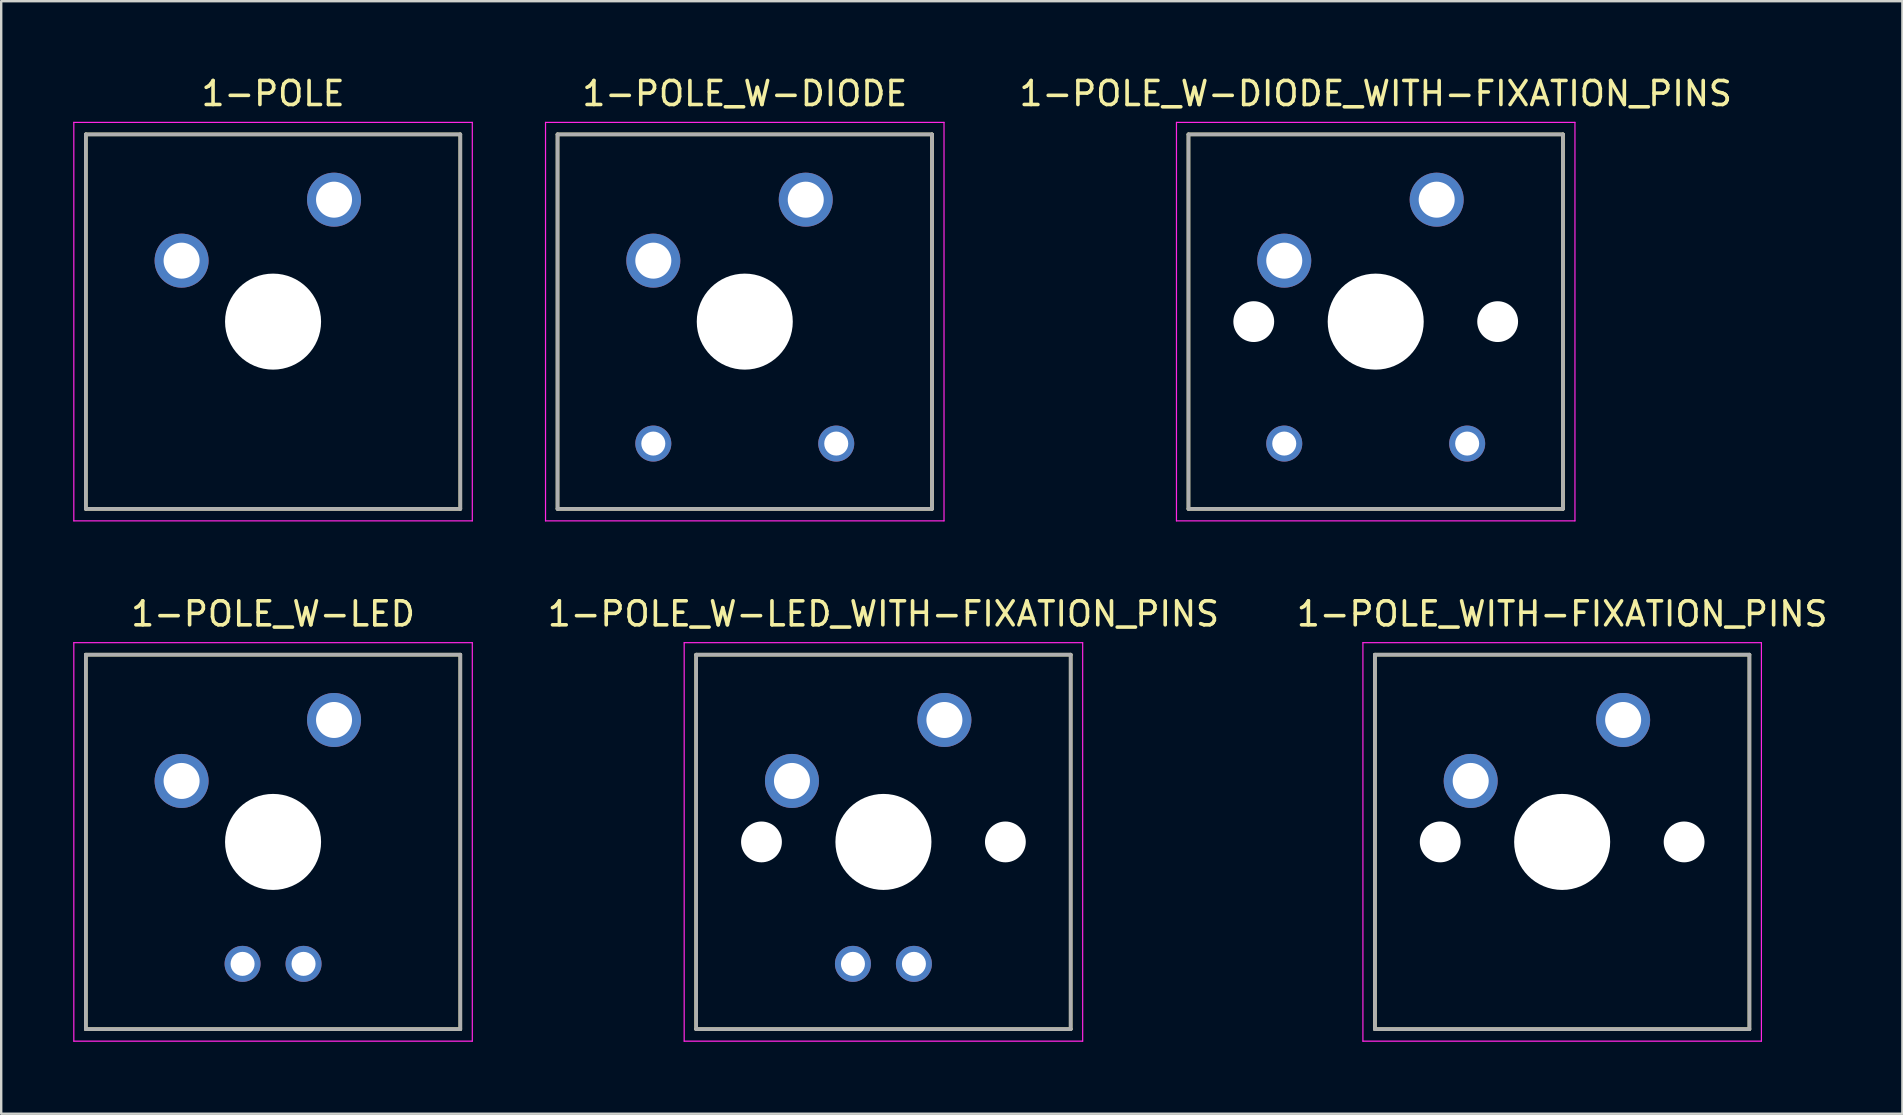
<source format=kicad_pcb>
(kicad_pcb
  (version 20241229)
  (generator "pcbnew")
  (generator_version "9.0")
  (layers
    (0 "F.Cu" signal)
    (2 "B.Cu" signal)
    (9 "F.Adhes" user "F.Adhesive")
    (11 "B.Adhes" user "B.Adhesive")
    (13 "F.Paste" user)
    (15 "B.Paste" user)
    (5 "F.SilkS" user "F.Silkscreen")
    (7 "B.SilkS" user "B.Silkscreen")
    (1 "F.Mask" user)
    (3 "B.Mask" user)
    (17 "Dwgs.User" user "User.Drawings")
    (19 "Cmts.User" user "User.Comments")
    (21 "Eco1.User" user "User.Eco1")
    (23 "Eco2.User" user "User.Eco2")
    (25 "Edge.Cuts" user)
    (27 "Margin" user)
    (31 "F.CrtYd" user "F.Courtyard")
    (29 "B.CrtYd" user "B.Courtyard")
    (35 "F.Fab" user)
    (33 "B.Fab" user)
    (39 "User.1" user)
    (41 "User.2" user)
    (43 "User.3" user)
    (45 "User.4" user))
  (footprint "1-POLE_W-LED_WITH-FIXATION_PINS"
    (layer "F.Cu")
    (at 33.751 32.022)
    (property "Reference" "1-POLE_W-LED_WITH-FIXATION_PINS" (at 0 -9.5 0) (layer "F.SilkS") (effects (font (size 1 1) (thickness 0.15))))
    (attr smd)
    (fp_line (start -7.8 -7.8) (end -7.8 7.8) (stroke (width 0.15) (type solid)) (layer "F.SilkS"))
    (fp_line (start -7.8 -7.8) (end 7.8 -7.8) (stroke (width 0.15) (type solid)) (layer "F.SilkS"))
    (fp_line (start -7.8 7.8) (end 7.8 7.8) (stroke (width 0.15) (type solid)) (layer "F.SilkS"))
    (fp_line (start 7.8 -7.8) (end 7.8 7.8) (stroke (width 0.15) (type solid)) (layer "F.SilkS"))
    (fp_line (start -8.3 -8.3) (end -8.3 8.3) (stroke (width 0.05) (type solid)) (layer "F.CrtYd"))
    (fp_line (start -8.3 -8.3) (end 8.3 -8.3) (stroke (width 0.05) (type solid)) (layer "F.CrtYd"))
    (fp_line (start -8.3 8.3) (end 8.3 8.3) (stroke (width 0.05) (type solid)) (layer "F.CrtYd"))
    (fp_line (start 8.3 -8.3) (end 8.3 8.3) (stroke (width 0.05) (type solid)) (layer "F.CrtYd"))
    (fp_line (start -7.8 -7.8) (end -7.8 7.8) (stroke (width 0.15) (type solid)) (layer "F.Fab"))
    (fp_line (start -7.8 -7.8) (end 7.8 -7.8) (stroke (width 0.15) (type solid)) (layer "F.Fab"))
    (fp_line (start -7.8 7.8) (end 7.8 7.8) (stroke (width 0.15) (type solid)) (layer "F.Fab"))
    (fp_line (start 7.8 -7.8) (end 7.8 7.8) (stroke (width 0.15) (type solid)) (layer "F.Fab"))
    (pad "" np_thru_hole circle (at -5.08 0) (size 1.7 1.7) (drill 1.7) (layers "*.Cu" "*.Mask"))
    (pad "" np_thru_hole circle (at 0 0) (size 4 4) (drill 4) (layers "*.Cu" "*.Mask"))
    (pad "" np_thru_hole circle (at 5.08 0) (size 1.7 1.7) (drill 1.7) (layers "*.Cu" "*.Mask"))
    (pad "1" thru_hole circle (at -3.81 -2.54) (size 2.25 2.25) (drill 1.5) (layers "*.Cu" "*.Mask"))
    (pad "2" thru_hole circle (at 2.54 -5.08) (size 2.25 2.25) (drill 1.5) (layers "*.Cu" "*.Mask"))
    (pad "3" thru_hole circle (at -1.27 5.08) (size 1.5 1.5) (drill 1) (layers "*.Cu" "*.Mask"))
    (pad "4" thru_hole circle (at 1.27 5.08) (size 1.5 1.5) (drill 1) (layers "*.Cu" "*.Mask")))
  (footprint "1-POLE_W-LED"
    (layer "F.Cu")
    (at 8.325 32.022)
    (property "Reference" "1-POLE_W-LED" (at 0 -9.5 0) (layer "F.SilkS") (effects (font (size 1 1) (thickness 0.15))))
    (attr smd)
    (fp_line (start -7.8 -7.8) (end -7.8 7.8) (stroke (width 0.15) (type solid)) (layer "F.SilkS"))
    (fp_line (start -7.8 -7.8) (end 7.8 -7.8) (stroke (width 0.15) (type solid)) (layer "F.SilkS"))
    (fp_line (start -7.8 7.8) (end 7.8 7.8) (stroke (width 0.15) (type solid)) (layer "F.SilkS"))
    (fp_line (start 7.8 -7.8) (end 7.8 7.8) (stroke (width 0.15) (type solid)) (layer "F.SilkS"))
    (fp_line (start -8.3 -8.3) (end -8.3 8.3) (stroke (width 0.05) (type solid)) (layer "F.CrtYd"))
    (fp_line (start -8.3 -8.3) (end 8.3 -8.3) (stroke (width 0.05) (type solid)) (layer "F.CrtYd"))
    (fp_line (start -8.3 8.3) (end 8.3 8.3) (stroke (width 0.05) (type solid)) (layer "F.CrtYd"))
    (fp_line (start 8.3 -8.3) (end 8.3 8.3) (stroke (width 0.05) (type solid)) (layer "F.CrtYd"))
    (fp_line (start -7.8 -7.8) (end -7.8 7.8) (stroke (width 0.15) (type solid)) (layer "F.Fab"))
    (fp_line (start -7.8 -7.8) (end 7.8 -7.8) (stroke (width 0.15) (type solid)) (layer "F.Fab"))
    (fp_line (start -7.8 7.8) (end 7.8 7.8) (stroke (width 0.15) (type solid)) (layer "F.Fab"))
    (fp_line (start 7.8 -7.8) (end 7.8 7.8) (stroke (width 0.15) (type solid)) (layer "F.Fab"))
    (pad "" np_thru_hole circle (at 0 0) (size 4 4) (drill 4) (layers "*.Cu" "*.Mask"))
    (pad "1" thru_hole circle (at -3.81 -2.54) (size 2.25 2.25) (drill 1.5) (layers "*.Cu" "*.Mask"))
    (pad "2" thru_hole circle (at 2.54 -5.08) (size 2.25 2.25) (drill 1.5) (layers "*.Cu" "*.Mask"))
    (pad "3" thru_hole circle (at -1.27 5.08) (size 1.5 1.5) (drill 1) (layers "*.Cu" "*.Mask"))
    (pad "4" thru_hole circle (at 1.27 5.08) (size 1.5 1.5) (drill 1) (layers "*.Cu" "*.Mask")))
  (footprint "1-POLE"
    (layer "F.Cu")
    (at 8.325 10.348)
    (property "Reference" "1-POLE" (at 0 -9.5 0) (layer "F.SilkS") (effects (font (size 1 1) (thickness 0.15))))
    (attr smd)
    (fp_line (start -7.8 -7.8) (end -7.8 7.8) (stroke (width 0.15) (type solid)) (layer "F.SilkS"))
    (fp_line (start -7.8 -7.8) (end 7.8 -7.8) (stroke (width 0.15) (type solid)) (layer "F.SilkS"))
    (fp_line (start -7.8 7.8) (end 7.8 7.8) (stroke (width 0.15) (type solid)) (layer "F.SilkS"))
    (fp_line (start 7.8 -7.8) (end 7.8 7.8) (stroke (width 0.15) (type solid)) (layer "F.SilkS"))
    (fp_line (start -8.3 -8.3) (end -8.3 8.3) (stroke (width 0.05) (type solid)) (layer "F.CrtYd"))
    (fp_line (start -8.3 -8.3) (end 8.3 -8.3) (stroke (width 0.05) (type solid)) (layer "F.CrtYd"))
    (fp_line (start -8.3 8.3) (end 8.3 8.3) (stroke (width 0.05) (type solid)) (layer "F.CrtYd"))
    (fp_line (start 8.3 -8.3) (end 8.3 8.3) (stroke (width 0.05) (type solid)) (layer "F.CrtYd"))
    (fp_line (start -7.8 -7.8) (end -7.8 7.8) (stroke (width 0.15) (type solid)) (layer "F.Fab"))
    (fp_line (start -7.8 -7.8) (end 7.8 -7.8) (stroke (width 0.15) (type solid)) (layer "F.Fab"))
    (fp_line (start -7.8 7.8) (end 7.8 7.8) (stroke (width 0.15) (type solid)) (layer "F.Fab"))
    (fp_line (start 7.8 -7.8) (end 7.8 7.8) (stroke (width 0.15) (type solid)) (layer "F.Fab"))
    (pad "" np_thru_hole circle (at 0 0) (size 4 4) (drill 4) (layers "*.Cu" "*.Mask"))
    (pad "1" thru_hole circle (at -3.81 -2.54) (size 2.25 2.25) (drill 1.5) (layers "*.Cu" "*.Mask"))
    (pad "2" thru_hole circle (at 2.54 -5.08) (size 2.25 2.25) (drill 1.5) (layers "*.Cu" "*.Mask")))
  (footprint "1-POLE_W-DIODE"
    (layer "F.Cu")
    (at 27.975 10.348)
    (property "Reference" "1-POLE_W-DIODE" (at 0 -9.5 0) (layer "F.SilkS") (effects (font (size 1 1) (thickness 0.15))))
    (attr smd)
    (fp_line (start -7.8 -7.8) (end -7.8 7.8) (stroke (width 0.15) (type solid)) (layer "F.SilkS"))
    (fp_line (start -7.8 -7.8) (end 7.8 -7.8) (stroke (width 0.15) (type solid)) (layer "F.SilkS"))
    (fp_line (start -7.8 7.8) (end 7.8 7.8) (stroke (width 0.15) (type solid)) (layer "F.SilkS"))
    (fp_line (start 7.8 -7.8) (end 7.8 7.8) (stroke (width 0.15) (type solid)) (layer "F.SilkS"))
    (fp_line (start -8.3 -8.3) (end -8.3 8.3) (stroke (width 0.05) (type solid)) (layer "F.CrtYd"))
    (fp_line (start -8.3 -8.3) (end 8.3 -8.3) (stroke (width 0.05) (type solid)) (layer "F.CrtYd"))
    (fp_line (start -8.3 8.3) (end 8.3 8.3) (stroke (width 0.05) (type solid)) (layer "F.CrtYd"))
    (fp_line (start 8.3 -8.3) (end 8.3 8.3) (stroke (width 0.05) (type solid)) (layer "F.CrtYd"))
    (fp_line (start -7.8 -7.8) (end -7.8 7.8) (stroke (width 0.15) (type solid)) (layer "F.Fab"))
    (fp_line (start -7.8 -7.8) (end 7.8 -7.8) (stroke (width 0.15) (type solid)) (layer "F.Fab"))
    (fp_line (start -7.8 7.8) (end 7.8 7.8) (stroke (width 0.15) (type solid)) (layer "F.Fab"))
    (fp_line (start 7.8 -7.8) (end 7.8 7.8) (stroke (width 0.15) (type solid)) (layer "F.Fab"))
    (pad "" np_thru_hole circle (at 0 0) (size 4 4) (drill 4) (layers "*.Cu" "*.Mask"))
    (pad "1" thru_hole circle (at -3.81 -2.54) (size 2.25 2.25) (drill 1.5) (layers "*.Cu" "*.Mask"))
    (pad "2" thru_hole circle (at 2.54 -5.08) (size 2.25 2.25) (drill 1.5) (layers "*.Cu" "*.Mask"))
    (pad "3" thru_hole circle (at -3.81 5.08) (size 1.5 1.5) (drill 1) (layers "*.Cu" "*.Mask"))
    (pad "4" thru_hole circle (at 3.81 5.08) (size 1.5 1.5) (drill 1) (layers "*.Cu" "*.Mask")))
  (footprint "1-POLE_WITH-FIXATION_PINS"
    (layer "F.Cu")
    (at 62.025 32.022)
    (property "Reference" "1-POLE_WITH-FIXATION_PINS" (at 0 -9.5 0) (layer "F.SilkS") (effects (font (size 1 1) (thickness 0.15))))
    (attr smd)
    (fp_line (start -7.8 -7.8) (end -7.8 7.8) (stroke (width 0.15) (type solid)) (layer "F.SilkS"))
    (fp_line (start -7.8 -7.8) (end 7.8 -7.8) (stroke (width 0.15) (type solid)) (layer "F.SilkS"))
    (fp_line (start -7.8 7.8) (end 7.8 7.8) (stroke (width 0.15) (type solid)) (layer "F.SilkS"))
    (fp_line (start 7.8 -7.8) (end 7.8 7.8) (stroke (width 0.15) (type solid)) (layer "F.SilkS"))
    (fp_line (start -8.3 -8.3) (end -8.3 8.3) (stroke (width 0.05) (type solid)) (layer "F.CrtYd"))
    (fp_line (start -8.3 -8.3) (end 8.3 -8.3) (stroke (width 0.05) (type solid)) (layer "F.CrtYd"))
    (fp_line (start -8.3 8.3) (end 8.3 8.3) (stroke (width 0.05) (type solid)) (layer "F.CrtYd"))
    (fp_line (start 8.3 -8.3) (end 8.3 8.3) (stroke (width 0.05) (type solid)) (layer "F.CrtYd"))
    (fp_line (start -7.8 -7.8) (end -7.8 7.8) (stroke (width 0.15) (type solid)) (layer "F.Fab"))
    (fp_line (start -7.8 -7.8) (end 7.8 -7.8) (stroke (width 0.15) (type solid)) (layer "F.Fab"))
    (fp_line (start -7.8 7.8) (end 7.8 7.8) (stroke (width 0.15) (type solid)) (layer "F.Fab"))
    (fp_line (start 7.8 -7.8) (end 7.8 7.8) (stroke (width 0.15) (type solid)) (layer "F.Fab"))
    (pad "" np_thru_hole circle (at -5.08 0) (size 1.7 1.7) (drill 1.7) (layers "*.Cu" "*.Mask"))
    (pad "" np_thru_hole circle (at 0 0) (size 4 4) (drill 4) (layers "*.Cu" "*.Mask"))
    (pad "" np_thru_hole circle (at 5.08 0) (size 1.7 1.7) (drill 1.7) (layers "*.Cu" "*.Mask"))
    (pad "1" thru_hole circle (at -3.81 -2.54) (size 2.25 2.25) (drill 1.5) (layers "*.Cu" "*.Mask"))
    (pad "2" thru_hole circle (at 2.54 -5.08) (size 2.25 2.25) (drill 1.5) (layers "*.Cu" "*.Mask")))
  (footprint "1-POLE_W-DIODE_WITH-FIXATION_PINS"
    (layer "F.Cu")
    (at 54.258 10.348)
    (property "Reference" "1-POLE_W-DIODE_WITH-FIXATION_PINS" (at 0 -9.5 0) (layer "F.SilkS") (effects (font (size 1 1) (thickness 0.15))))
    (attr smd)
    (fp_line (start -7.8 -7.8) (end -7.8 7.8) (stroke (width 0.15) (type solid)) (layer "F.SilkS"))
    (fp_line (start -7.8 -7.8) (end 7.8 -7.8) (stroke (width 0.15) (type solid)) (layer "F.SilkS"))
    (fp_line (start -7.8 7.8) (end 7.8 7.8) (stroke (width 0.15) (type solid)) (layer "F.SilkS"))
    (fp_line (start 7.8 -7.8) (end 7.8 7.8) (stroke (width 0.15) (type solid)) (layer "F.SilkS"))
    (fp_line (start -8.3 -8.3) (end -8.3 8.3) (stroke (width 0.05) (type solid)) (layer "F.CrtYd"))
    (fp_line (start -8.3 -8.3) (end 8.3 -8.3) (stroke (width 0.05) (type solid)) (layer "F.CrtYd"))
    (fp_line (start -8.3 8.3) (end 8.3 8.3) (stroke (width 0.05) (type solid)) (layer "F.CrtYd"))
    (fp_line (start 8.3 -8.3) (end 8.3 8.3) (stroke (width 0.05) (type solid)) (layer "F.CrtYd"))
    (fp_line (start -7.8 -7.8) (end -7.8 7.8) (stroke (width 0.15) (type solid)) (layer "F.Fab"))
    (fp_line (start -7.8 -7.8) (end 7.8 -7.8) (stroke (width 0.15) (type solid)) (layer "F.Fab"))
    (fp_line (start -7.8 7.8) (end 7.8 7.8) (stroke (width 0.15) (type solid)) (layer "F.Fab"))
    (fp_line (start 7.8 -7.8) (end 7.8 7.8) (stroke (width 0.15) (type solid)) (layer "F.Fab"))
    (pad "" np_thru_hole circle (at -5.08 0) (size 1.7 1.7) (drill 1.7) (layers "*.Cu" "*.Mask"))
    (pad "" np_thru_hole circle (at 0 0) (size 4 4) (drill 4) (layers "*.Cu" "*.Mask"))
    (pad "" np_thru_hole circle (at 5.08 0) (size 1.7 1.7) (drill 1.7) (layers "*.Cu" "*.Mask"))
    (pad "1" thru_hole circle (at -3.81 -2.54) (size 2.25 2.25) (drill 1.5) (layers "*.Cu" "*.Mask"))
    (pad "2" thru_hole circle (at 2.54 -5.08) (size 2.25 2.25) (drill 1.5) (layers "*.Cu" "*.Mask"))
    (pad "3" thru_hole circle (at -3.81 5.08) (size 1.5 1.5) (drill 1) (layers "*.Cu" "*.Mask"))
    (pad "4" thru_hole circle (at 3.81 5.08) (size 1.5 1.5) (drill 1) (layers "*.Cu" "*.Mask")))
  (gr_rect
    (start -3 -3)
    (end 76.198 43.346)
    (stroke (width 0.1) (type default))
    (fill no)
    (layer "Edge.Cuts")))
</source>
